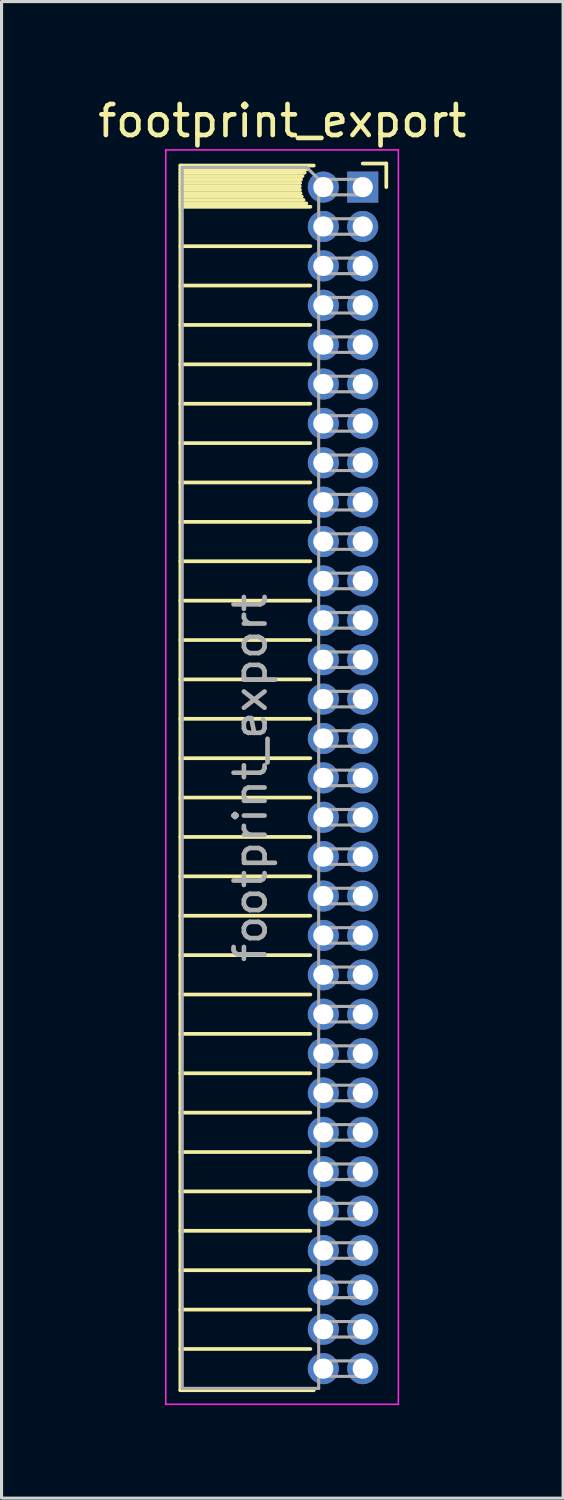
<source format=kicad_pcb>
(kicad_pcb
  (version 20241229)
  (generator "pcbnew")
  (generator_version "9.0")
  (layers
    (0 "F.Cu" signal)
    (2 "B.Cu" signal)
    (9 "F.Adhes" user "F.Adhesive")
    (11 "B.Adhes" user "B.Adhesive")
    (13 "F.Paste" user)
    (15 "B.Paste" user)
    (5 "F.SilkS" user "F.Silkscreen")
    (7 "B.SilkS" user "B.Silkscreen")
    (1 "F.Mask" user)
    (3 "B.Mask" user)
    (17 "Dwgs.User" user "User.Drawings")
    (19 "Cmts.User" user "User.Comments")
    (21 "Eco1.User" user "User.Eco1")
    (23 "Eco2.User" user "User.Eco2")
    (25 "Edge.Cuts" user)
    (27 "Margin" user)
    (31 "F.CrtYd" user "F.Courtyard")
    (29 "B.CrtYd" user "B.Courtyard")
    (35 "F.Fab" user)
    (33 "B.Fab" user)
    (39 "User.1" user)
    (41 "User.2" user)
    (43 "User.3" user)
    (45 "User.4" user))
  (footprint "footprint_export"
    (layer "F.Cu")
    (at 8.646 2.983)
    (property "Reference" "footprint_export" (at -2.592 -2.135 0) (layer "F.SilkS") (effects (font (size 1 1) (thickness 0.15))))
    (attr through_hole)
    (fp_line (start -5.88 -0.695) (end -5.88 38.795) (stroke (width 0.12) (type solid)) (layer "F.SilkS"))
    (fp_line (start -5.88 -0.695) (end -1.578 -0.695) (stroke (width 0.12) (type solid)) (layer "F.SilkS"))
    (fp_line (start -5.88 -0.575) (end -1.767 -0.575) (stroke (width 0.12) (type solid)) (layer "F.SilkS"))
    (fp_line (start -5.88 -0.465) (end -1.871 -0.465) (stroke (width 0.12) (type solid)) (layer "F.SilkS"))
    (fp_line (start -5.88 -0.355) (end -1.942 -0.355) (stroke (width 0.12) (type solid)) (layer "F.SilkS"))
    (fp_line (start -5.88 -0.245) (end -1.989 -0.245) (stroke (width 0.12) (type solid)) (layer "F.SilkS"))
    (fp_line (start -5.88 -0.135) (end -2.018 -0.135) (stroke (width 0.12) (type solid)) (layer "F.SilkS"))
    (fp_line (start -5.88 -0.025) (end -2.03 -0.025) (stroke (width 0.12) (type solid)) (layer "F.SilkS"))
    (fp_line (start -5.88 0.085) (end -2.025 0.085) (stroke (width 0.12) (type solid)) (layer "F.SilkS"))
    (fp_line (start -5.88 0.195) (end -2.005 0.195) (stroke (width 0.12) (type solid)) (layer "F.SilkS"))
    (fp_line (start -5.88 0.305) (end -1.966 0.305) (stroke (width 0.12) (type solid)) (layer "F.SilkS"))
    (fp_line (start -5.88 0.415) (end -1.907 0.415) (stroke (width 0.12) (type solid)) (layer "F.SilkS"))
    (fp_line (start -5.88 0.525) (end -1.82 0.525) (stroke (width 0.12) (type solid)) (layer "F.SilkS"))
    (fp_line (start -5.88 0.635) (end -1.688 0.635) (stroke (width 0.12) (type solid)) (layer "F.SilkS"))
    (fp_line (start -5.88 1.905) (end -1.688 1.905) (stroke (width 0.12) (type solid)) (layer "F.SilkS"))
    (fp_line (start -5.88 3.175) (end -1.688 3.175) (stroke (width 0.12) (type solid)) (layer "F.SilkS"))
    (fp_line (start -5.88 4.445) (end -1.688 4.445) (stroke (width 0.12) (type solid)) (layer "F.SilkS"))
    (fp_line (start -5.88 5.715) (end -1.688 5.715) (stroke (width 0.12) (type solid)) (layer "F.SilkS"))
    (fp_line (start -5.88 6.985) (end -1.688 6.985) (stroke (width 0.12) (type solid)) (layer "F.SilkS"))
    (fp_line (start -5.88 8.255) (end -1.688 8.255) (stroke (width 0.12) (type solid)) (layer "F.SilkS"))
    (fp_line (start -5.88 9.525) (end -1.688 9.525) (stroke (width 0.12) (type solid)) (layer "F.SilkS"))
    (fp_line (start -5.88 10.795) (end -1.688 10.795) (stroke (width 0.12) (type solid)) (layer "F.SilkS"))
    (fp_line (start -5.88 12.065) (end -1.688 12.065) (stroke (width 0.12) (type solid)) (layer "F.SilkS"))
    (fp_line (start -5.88 13.335) (end -1.688 13.335) (stroke (width 0.12) (type solid)) (layer "F.SilkS"))
    (fp_line (start -5.88 14.605) (end -1.688 14.605) (stroke (width 0.12) (type solid)) (layer "F.SilkS"))
    (fp_line (start -5.88 15.875) (end -1.688 15.875) (stroke (width 0.12) (type solid)) (layer "F.SilkS"))
    (fp_line (start -5.88 17.145) (end -1.688 17.145) (stroke (width 0.12) (type solid)) (layer "F.SilkS"))
    (fp_line (start -5.88 18.415) (end -1.688 18.415) (stroke (width 0.12) (type solid)) (layer "F.SilkS"))
    (fp_line (start -5.88 19.685) (end -1.688 19.685) (stroke (width 0.12) (type solid)) (layer "F.SilkS"))
    (fp_line (start -5.88 20.955) (end -1.688 20.955) (stroke (width 0.12) (type solid)) (layer "F.SilkS"))
    (fp_line (start -5.88 22.225) (end -1.688 22.225) (stroke (width 0.12) (type solid)) (layer "F.SilkS"))
    (fp_line (start -5.88 23.495) (end -1.688 23.495) (stroke (width 0.12) (type solid)) (layer "F.SilkS"))
    (fp_line (start -5.88 24.765) (end -1.688 24.765) (stroke (width 0.12) (type solid)) (layer "F.SilkS"))
    (fp_line (start -5.88 26.035) (end -1.688 26.035) (stroke (width 0.12) (type solid)) (layer "F.SilkS"))
    (fp_line (start -5.88 27.305) (end -1.688 27.305) (stroke (width 0.12) (type solid)) (layer "F.SilkS"))
    (fp_line (start -5.88 28.575) (end -1.688 28.575) (stroke (width 0.12) (type solid)) (layer "F.SilkS"))
    (fp_line (start -5.88 29.845) (end -1.688 29.845) (stroke (width 0.12) (type solid)) (layer "F.SilkS"))
    (fp_line (start -5.88 31.115) (end -1.688 31.115) (stroke (width 0.12) (type solid)) (layer "F.SilkS"))
    (fp_line (start -5.88 32.385) (end -1.688 32.385) (stroke (width 0.12) (type solid)) (layer "F.SilkS"))
    (fp_line (start -5.88 33.655) (end -1.688 33.655) (stroke (width 0.12) (type solid)) (layer "F.SilkS"))
    (fp_line (start -5.88 34.925) (end -1.688 34.925) (stroke (width 0.12) (type solid)) (layer "F.SilkS"))
    (fp_line (start -5.88 36.195) (end -1.688 36.195) (stroke (width 0.12) (type solid)) (layer "F.SilkS"))
    (fp_line (start -5.88 37.465) (end -1.688 37.465) (stroke (width 0.12) (type solid)) (layer "F.SilkS"))
    (fp_line (start -5.88 38.795) (end -1.578 38.795) (stroke (width 0.12) (type solid)) (layer "F.SilkS"))
    (fp_line (start 0 -0.76) (end 0.76 -0.76) (stroke (width 0.12) (type solid)) (layer "F.SilkS"))
    (fp_line (start 0.76 -0.76) (end 0.76 0) (stroke (width 0.12) (type solid)) (layer "F.SilkS"))
    (fp_line (start -6.35 -1.2) (end -6.35 39.25) (stroke (width 0.05) (type solid)) (layer "F.CrtYd"))
    (fp_line (start -6.35 39.25) (end 1.15 39.25) (stroke (width 0.05) (type solid)) (layer "F.CrtYd"))
    (fp_line (start 1.15 -1.2) (end -6.35 -1.2) (stroke (width 0.05) (type solid)) (layer "F.CrtYd"))
    (fp_line (start 1.15 39.25) (end 1.15 -1.2) (stroke (width 0.05) (type solid)) (layer "F.CrtYd"))
    (fp_line (start -5.82 -0.635) (end -1.805 -0.635) (stroke (width 0.1) (type solid)) (layer "F.Fab"))
    (fp_line (start -5.82 38.735) (end -5.82 -0.635) (stroke (width 0.1) (type solid)) (layer "F.Fab"))
    (fp_line (start -1.805 -0.635) (end -1.42 -0.25) (stroke (width 0.1) (type solid)) (layer "F.Fab"))
    (fp_line (start -1.42 -0.25) (end -1.42 38.735) (stroke (width 0.1) (type solid)) (layer "F.Fab"))
    (fp_line (start -1.42 0.25) (end 0 0.25) (stroke (width 0.1) (type solid)) (layer "F.Fab"))
    (fp_line (start -1.42 1.52) (end 0 1.52) (stroke (width 0.1) (type solid)) (layer "F.Fab"))
    (fp_line (start -1.42 2.79) (end 0 2.79) (stroke (width 0.1) (type solid)) (layer "F.Fab"))
    (fp_line (start -1.42 4.06) (end 0 4.06) (stroke (width 0.1) (type solid)) (layer "F.Fab"))
    (fp_line (start -1.42 5.33) (end 0 5.33) (stroke (width 0.1) (type solid)) (layer "F.Fab"))
    (fp_line (start -1.42 6.6) (end 0 6.6) (stroke (width 0.1) (type solid)) (layer "F.Fab"))
    (fp_line (start -1.42 7.87) (end 0 7.87) (stroke (width 0.1) (type solid)) (layer "F.Fab"))
    (fp_line (start -1.42 9.14) (end 0 9.14) (stroke (width 0.1) (type solid)) (layer "F.Fab"))
    (fp_line (start -1.42 10.41) (end 0 10.41) (stroke (width 0.1) (type solid)) (layer "F.Fab"))
    (fp_line (start -1.42 11.68) (end 0 11.68) (stroke (width 0.1) (type solid)) (layer "F.Fab"))
    (fp_line (start -1.42 12.95) (end 0 12.95) (stroke (width 0.1) (type solid)) (layer "F.Fab"))
    (fp_line (start -1.42 14.22) (end 0 14.22) (stroke (width 0.1) (type solid)) (layer "F.Fab"))
    (fp_line (start -1.42 15.49) (end 0 15.49) (stroke (width 0.1) (type solid)) (layer "F.Fab"))
    (fp_line (start -1.42 16.76) (end 0 16.76) (stroke (width 0.1) (type solid)) (layer "F.Fab"))
    (fp_line (start -1.42 18.03) (end 0 18.03) (stroke (width 0.1) (type solid)) (layer "F.Fab"))
    (fp_line (start -1.42 19.3) (end 0 19.3) (stroke (width 0.1) (type solid)) (layer "F.Fab"))
    (fp_line (start -1.42 20.57) (end 0 20.57) (stroke (width 0.1) (type solid)) (layer "F.Fab"))
    (fp_line (start -1.42 21.84) (end 0 21.84) (stroke (width 0.1) (type solid)) (layer "F.Fab"))
    (fp_line (start -1.42 23.11) (end 0 23.11) (stroke (width 0.1) (type solid)) (layer "F.Fab"))
    (fp_line (start -1.42 24.38) (end 0 24.38) (stroke (width 0.1) (type solid)) (layer "F.Fab"))
    (fp_line (start -1.42 25.65) (end 0 25.65) (stroke (width 0.1) (type solid)) (layer "F.Fab"))
    (fp_line (start -1.42 26.92) (end 0 26.92) (stroke (width 0.1) (type solid)) (layer "F.Fab"))
    (fp_line (start -1.42 28.19) (end 0 28.19) (stroke (width 0.1) (type solid)) (layer "F.Fab"))
    (fp_line (start -1.42 29.46) (end 0 29.46) (stroke (width 0.1) (type solid)) (layer "F.Fab"))
    (fp_line (start -1.42 30.73) (end 0 30.73) (stroke (width 0.1) (type solid)) (layer "F.Fab"))
    (fp_line (start -1.42 32) (end 0 32) (stroke (width 0.1) (type solid)) (layer "F.Fab"))
    (fp_line (start -1.42 33.27) (end 0 33.27) (stroke (width 0.1) (type solid)) (layer "F.Fab"))
    (fp_line (start -1.42 34.54) (end 0 34.54) (stroke (width 0.1) (type solid)) (layer "F.Fab"))
    (fp_line (start -1.42 35.81) (end 0 35.81) (stroke (width 0.1) (type solid)) (layer "F.Fab"))
    (fp_line (start -1.42 37.08) (end 0 37.08) (stroke (width 0.1) (type solid)) (layer "F.Fab"))
    (fp_line (start -1.42 38.35) (end 0 38.35) (stroke (width 0.1) (type solid)) (layer "F.Fab"))
    (fp_line (start -1.42 38.735) (end -5.82 38.735) (stroke (width 0.1) (type solid)) (layer "F.Fab"))
    (fp_line (start 0 -0.25) (end -1.42 -0.25) (stroke (width 0.1) (type solid)) (layer "F.Fab"))
    (fp_line (start 0 0.25) (end 0 -0.25) (stroke (width 0.1) (type solid)) (layer "F.Fab"))
    (fp_line (start 0 1.02) (end -1.42 1.02) (stroke (width 0.1) (type solid)) (layer "F.Fab"))
    (fp_line (start 0 1.52) (end 0 1.02) (stroke (width 0.1) (type solid)) (layer "F.Fab"))
    (fp_line (start 0 2.29) (end -1.42 2.29) (stroke (width 0.1) (type solid)) (layer "F.Fab"))
    (fp_line (start 0 2.79) (end 0 2.29) (stroke (width 0.1) (type solid)) (layer "F.Fab"))
    (fp_line (start 0 3.56) (end -1.42 3.56) (stroke (width 0.1) (type solid)) (layer "F.Fab"))
    (fp_line (start 0 4.06) (end 0 3.56) (stroke (width 0.1) (type solid)) (layer "F.Fab"))
    (fp_line (start 0 4.83) (end -1.42 4.83) (stroke (width 0.1) (type solid)) (layer "F.Fab"))
    (fp_line (start 0 5.33) (end 0 4.83) (stroke (width 0.1) (type solid)) (layer "F.Fab"))
    (fp_line (start 0 6.1) (end -1.42 6.1) (stroke (width 0.1) (type solid)) (layer "F.Fab"))
    (fp_line (start 0 6.6) (end 0 6.1) (stroke (width 0.1) (type solid)) (layer "F.Fab"))
    (fp_line (start 0 7.37) (end -1.42 7.37) (stroke (width 0.1) (type solid)) (layer "F.Fab"))
    (fp_line (start 0 7.87) (end 0 7.37) (stroke (width 0.1) (type solid)) (layer "F.Fab"))
    (fp_line (start 0 8.64) (end -1.42 8.64) (stroke (width 0.1) (type solid)) (layer "F.Fab"))
    (fp_line (start 0 9.14) (end 0 8.64) (stroke (width 0.1) (type solid)) (layer "F.Fab"))
    (fp_line (start 0 9.91) (end -1.42 9.91) (stroke (width 0.1) (type solid)) (layer "F.Fab"))
    (fp_line (start 0 10.41) (end 0 9.91) (stroke (width 0.1) (type solid)) (layer "F.Fab"))
    (fp_line (start 0 11.18) (end -1.42 11.18) (stroke (width 0.1) (type solid)) (layer "F.Fab"))
    (fp_line (start 0 11.68) (end 0 11.18) (stroke (width 0.1) (type solid)) (layer "F.Fab"))
    (fp_line (start 0 12.45) (end -1.42 12.45) (stroke (width 0.1) (type solid)) (layer "F.Fab"))
    (fp_line (start 0 12.95) (end 0 12.45) (stroke (width 0.1) (type solid)) (layer "F.Fab"))
    (fp_line (start 0 13.72) (end -1.42 13.72) (stroke (width 0.1) (type solid)) (layer "F.Fab"))
    (fp_line (start 0 14.22) (end 0 13.72) (stroke (width 0.1) (type solid)) (layer "F.Fab"))
    (fp_line (start 0 14.99) (end -1.42 14.99) (stroke (width 0.1) (type solid)) (layer "F.Fab"))
    (fp_line (start 0 15.49) (end 0 14.99) (stroke (width 0.1) (type solid)) (layer "F.Fab"))
    (fp_line (start 0 16.26) (end -1.42 16.26) (stroke (width 0.1) (type solid)) (layer "F.Fab"))
    (fp_line (start 0 16.76) (end 0 16.26) (stroke (width 0.1) (type solid)) (layer "F.Fab"))
    (fp_line (start 0 17.53) (end -1.42 17.53) (stroke (width 0.1) (type solid)) (layer "F.Fab"))
    (fp_line (start 0 18.03) (end 0 17.53) (stroke (width 0.1) (type solid)) (layer "F.Fab"))
    (fp_line (start 0 18.8) (end -1.42 18.8) (stroke (width 0.1) (type solid)) (layer "F.Fab"))
    (fp_line (start 0 19.3) (end 0 18.8) (stroke (width 0.1) (type solid)) (layer "F.Fab"))
    (fp_line (start 0 20.07) (end -1.42 20.07) (stroke (width 0.1) (type solid)) (layer "F.Fab"))
    (fp_line (start 0 20.57) (end 0 20.07) (stroke (width 0.1) (type solid)) (layer "F.Fab"))
    (fp_line (start 0 21.34) (end -1.42 21.34) (stroke (width 0.1) (type solid)) (layer "F.Fab"))
    (fp_line (start 0 21.84) (end 0 21.34) (stroke (width 0.1) (type solid)) (layer "F.Fab"))
    (fp_line (start 0 22.61) (end -1.42 22.61) (stroke (width 0.1) (type solid)) (layer "F.Fab"))
    (fp_line (start 0 23.11) (end 0 22.61) (stroke (width 0.1) (type solid)) (layer "F.Fab"))
    (fp_line (start 0 23.88) (end -1.42 23.88) (stroke (width 0.1) (type solid)) (layer "F.Fab"))
    (fp_line (start 0 24.38) (end 0 23.88) (stroke (width 0.1) (type solid)) (layer "F.Fab"))
    (fp_line (start 0 25.15) (end -1.42 25.15) (stroke (width 0.1) (type solid)) (layer "F.Fab"))
    (fp_line (start 0 25.65) (end 0 25.15) (stroke (width 0.1) (type solid)) (layer "F.Fab"))
    (fp_line (start 0 26.42) (end -1.42 26.42) (stroke (width 0.1) (type solid)) (layer "F.Fab"))
    (fp_line (start 0 26.92) (end 0 26.42) (stroke (width 0.1) (type solid)) (layer "F.Fab"))
    (fp_line (start 0 27.69) (end -1.42 27.69) (stroke (width 0.1) (type solid)) (layer "F.Fab"))
    (fp_line (start 0 28.19) (end 0 27.69) (stroke (width 0.1) (type solid)) (layer "F.Fab"))
    (fp_line (start 0 28.96) (end -1.42 28.96) (stroke (width 0.1) (type solid)) (layer "F.Fab"))
    (fp_line (start 0 29.46) (end 0 28.96) (stroke (width 0.1) (type solid)) (layer "F.Fab"))
    (fp_line (start 0 30.23) (end -1.42 30.23) (stroke (width 0.1) (type solid)) (layer "F.Fab"))
    (fp_line (start 0 30.73) (end 0 30.23) (stroke (width 0.1) (type solid)) (layer "F.Fab"))
    (fp_line (start 0 31.5) (end -1.42 31.5) (stroke (width 0.1) (type solid)) (layer "F.Fab"))
    (fp_line (start 0 32) (end 0 31.5) (stroke (width 0.1) (type solid)) (layer "F.Fab"))
    (fp_line (start 0 32.77) (end -1.42 32.77) (stroke (width 0.1) (type solid)) (layer "F.Fab"))
    (fp_line (start 0 33.27) (end 0 32.77) (stroke (width 0.1) (type solid)) (layer "F.Fab"))
    (fp_line (start 0 34.04) (end -1.42 34.04) (stroke (width 0.1) (type solid)) (layer "F.Fab"))
    (fp_line (start 0 34.54) (end 0 34.04) (stroke (width 0.1) (type solid)) (layer "F.Fab"))
    (fp_line (start 0 35.31) (end -1.42 35.31) (stroke (width 0.1) (type solid)) (layer "F.Fab"))
    (fp_line (start 0 35.81) (end 0 35.31) (stroke (width 0.1) (type solid)) (layer "F.Fab"))
    (fp_line (start 0 36.58) (end -1.42 36.58) (stroke (width 0.1) (type solid)) (layer "F.Fab"))
    (fp_line (start 0 37.08) (end 0 36.58) (stroke (width 0.1) (type solid)) (layer "F.Fab"))
    (fp_line (start 0 37.85) (end -1.42 37.85) (stroke (width 0.1) (type solid)) (layer "F.Fab"))
    (fp_line (start 0 38.35) (end 0 37.85) (stroke (width 0.1) (type solid)) (layer "F.Fab"))
    (fp_text user "${REFERENCE}" (at -3.62 19.05 90) (layer "F.Fab") (effects (font (size 1 1) (thickness 0.15))))
    (pad "1" thru_hole rect (at 0 0) (size 1 1) (drill 0.65) (layers "*.Cu" "*.Mask"))
    (pad "2" thru_hole oval (at -1.27 0) (size 1 1) (drill 0.65) (layers "*.Cu" "*.Mask"))
    (pad "3" thru_hole oval (at 0 1.27) (size 1 1) (drill 0.65) (layers "*.Cu" "*.Mask"))
    (pad "4" thru_hole oval (at -1.27 1.27) (size 1 1) (drill 0.65) (layers "*.Cu" "*.Mask"))
    (pad "5" thru_hole oval (at 0 2.54) (size 1 1) (drill 0.65) (layers "*.Cu" "*.Mask"))
    (pad "6" thru_hole oval (at -1.27 2.54) (size 1 1) (drill 0.65) (layers "*.Cu" "*.Mask"))
    (pad "7" thru_hole oval (at 0 3.81) (size 1 1) (drill 0.65) (layers "*.Cu" "*.Mask"))
    (pad "8" thru_hole oval (at -1.27 3.81) (size 1 1) (drill 0.65) (layers "*.Cu" "*.Mask"))
    (pad "9" thru_hole oval (at 0 5.08) (size 1 1) (drill 0.65) (layers "*.Cu" "*.Mask"))
    (pad "10" thru_hole oval (at -1.27 5.08) (size 1 1) (drill 0.65) (layers "*.Cu" "*.Mask"))
    (pad "11" thru_hole oval (at 0 6.35) (size 1 1) (drill 0.65) (layers "*.Cu" "*.Mask"))
    (pad "12" thru_hole oval (at -1.27 6.35) (size 1 1) (drill 0.65) (layers "*.Cu" "*.Mask"))
    (pad "13" thru_hole oval (at 0 7.62) (size 1 1) (drill 0.65) (layers "*.Cu" "*.Mask"))
    (pad "14" thru_hole oval (at -1.27 7.62) (size 1 1) (drill 0.65) (layers "*.Cu" "*.Mask"))
    (pad "15" thru_hole oval (at 0 8.89) (size 1 1) (drill 0.65) (layers "*.Cu" "*.Mask"))
    (pad "16" thru_hole oval (at -1.27 8.89) (size 1 1) (drill 0.65) (layers "*.Cu" "*.Mask"))
    (pad "17" thru_hole oval (at 0 10.16) (size 1 1) (drill 0.65) (layers "*.Cu" "*.Mask"))
    (pad "18" thru_hole oval (at -1.27 10.16) (size 1 1) (drill 0.65) (layers "*.Cu" "*.Mask"))
    (pad "19" thru_hole oval (at 0 11.43) (size 1 1) (drill 0.65) (layers "*.Cu" "*.Mask"))
    (pad "20" thru_hole oval (at -1.27 11.43) (size 1 1) (drill 0.65) (layers "*.Cu" "*.Mask"))
    (pad "21" thru_hole oval (at 0 12.7) (size 1 1) (drill 0.65) (layers "*.Cu" "*.Mask"))
    (pad "22" thru_hole oval (at -1.27 12.7) (size 1 1) (drill 0.65) (layers "*.Cu" "*.Mask"))
    (pad "23" thru_hole oval (at 0 13.97) (size 1 1) (drill 0.65) (layers "*.Cu" "*.Mask"))
    (pad "24" thru_hole oval (at -1.27 13.97) (size 1 1) (drill 0.65) (layers "*.Cu" "*.Mask"))
    (pad "25" thru_hole oval (at 0 15.24) (size 1 1) (drill 0.65) (layers "*.Cu" "*.Mask"))
    (pad "26" thru_hole oval (at -1.27 15.24) (size 1 1) (drill 0.65) (layers "*.Cu" "*.Mask"))
    (pad "27" thru_hole oval (at 0 16.51) (size 1 1) (drill 0.65) (layers "*.Cu" "*.Mask"))
    (pad "28" thru_hole oval (at -1.27 16.51) (size 1 1) (drill 0.65) (layers "*.Cu" "*.Mask"))
    (pad "29" thru_hole oval (at 0 17.78) (size 1 1) (drill 0.65) (layers "*.Cu" "*.Mask"))
    (pad "30" thru_hole oval (at -1.27 17.78) (size 1 1) (drill 0.65) (layers "*.Cu" "*.Mask"))
    (pad "31" thru_hole oval (at 0 19.05) (size 1 1) (drill 0.65) (layers "*.Cu" "*.Mask"))
    (pad "32" thru_hole oval (at -1.27 19.05) (size 1 1) (drill 0.65) (layers "*.Cu" "*.Mask"))
    (pad "33" thru_hole oval (at 0 20.32) (size 1 1) (drill 0.65) (layers "*.Cu" "*.Mask"))
    (pad "34" thru_hole oval (at -1.27 20.32) (size 1 1) (drill 0.65) (layers "*.Cu" "*.Mask"))
    (pad "35" thru_hole oval (at 0 21.59) (size 1 1) (drill 0.65) (layers "*.Cu" "*.Mask"))
    (pad "36" thru_hole oval (at -1.27 21.59) (size 1 1) (drill 0.65) (layers "*.Cu" "*.Mask"))
    (pad "37" thru_hole oval (at 0 22.86) (size 1 1) (drill 0.65) (layers "*.Cu" "*.Mask"))
    (pad "38" thru_hole oval (at -1.27 22.86) (size 1 1) (drill 0.65) (layers "*.Cu" "*.Mask"))
    (pad "39" thru_hole oval (at 0 24.13) (size 1 1) (drill 0.65) (layers "*.Cu" "*.Mask"))
    (pad "40" thru_hole oval (at -1.27 24.13) (size 1 1) (drill 0.65) (layers "*.Cu" "*.Mask"))
    (pad "41" thru_hole oval (at 0 25.4) (size 1 1) (drill 0.65) (layers "*.Cu" "*.Mask"))
    (pad "42" thru_hole oval (at -1.27 25.4) (size 1 1) (drill 0.65) (layers "*.Cu" "*.Mask"))
    (pad "43" thru_hole oval (at 0 26.67) (size 1 1) (drill 0.65) (layers "*.Cu" "*.Mask"))
    (pad "44" thru_hole oval (at -1.27 26.67) (size 1 1) (drill 0.65) (layers "*.Cu" "*.Mask"))
    (pad "45" thru_hole oval (at 0 27.94) (size 1 1) (drill 0.65) (layers "*.Cu" "*.Mask"))
    (pad "46" thru_hole oval (at -1.27 27.94) (size 1 1) (drill 0.65) (layers "*.Cu" "*.Mask"))
    (pad "47" thru_hole oval (at 0 29.21) (size 1 1) (drill 0.65) (layers "*.Cu" "*.Mask"))
    (pad "48" thru_hole oval (at -1.27 29.21) (size 1 1) (drill 0.65) (layers "*.Cu" "*.Mask"))
    (pad "49" thru_hole oval (at 0 30.48) (size 1 1) (drill 0.65) (layers "*.Cu" "*.Mask"))
    (pad "50" thru_hole oval (at -1.27 30.48) (size 1 1) (drill 0.65) (layers "*.Cu" "*.Mask"))
    (pad "51" thru_hole oval (at 0 31.75) (size 1 1) (drill 0.65) (layers "*.Cu" "*.Mask"))
    (pad "52" thru_hole oval (at -1.27 31.75) (size 1 1) (drill 0.65) (layers "*.Cu" "*.Mask"))
    (pad "53" thru_hole oval (at 0 33.02) (size 1 1) (drill 0.65) (layers "*.Cu" "*.Mask"))
    (pad "54" thru_hole oval (at -1.27 33.02) (size 1 1) (drill 0.65) (layers "*.Cu" "*.Mask"))
    (pad "55" thru_hole oval (at 0 34.29) (size 1 1) (drill 0.65) (layers "*.Cu" "*.Mask"))
    (pad "56" thru_hole oval (at -1.27 34.29) (size 1 1) (drill 0.65) (layers "*.Cu" "*.Mask"))
    (pad "57" thru_hole oval (at 0 35.56) (size 1 1) (drill 0.65) (layers "*.Cu" "*.Mask"))
    (pad "58" thru_hole oval (at -1.27 35.56) (size 1 1) (drill 0.65) (layers "*.Cu" "*.Mask"))
    (pad "59" thru_hole oval (at 0 36.83) (size 1 1) (drill 0.65) (layers "*.Cu" "*.Mask"))
    (pad "60" thru_hole oval (at -1.27 36.83) (size 1 1) (drill 0.65) (layers "*.Cu" "*.Mask"))
    (pad "61" thru_hole oval (at 0 38.1) (size 1 1) (drill 0.65) (layers "*.Cu" "*.Mask"))
    (pad "62" thru_hole oval (at -1.27 38.1) (size 1 1) (drill 0.65) (layers "*.Cu" "*.Mask")))
  (gr_rect
    (start -3 -3)
    (end 15.107 45.258)
    (stroke (width 0.1) (type default))
    (fill no)
    (layer "Edge.Cuts")))
</source>
